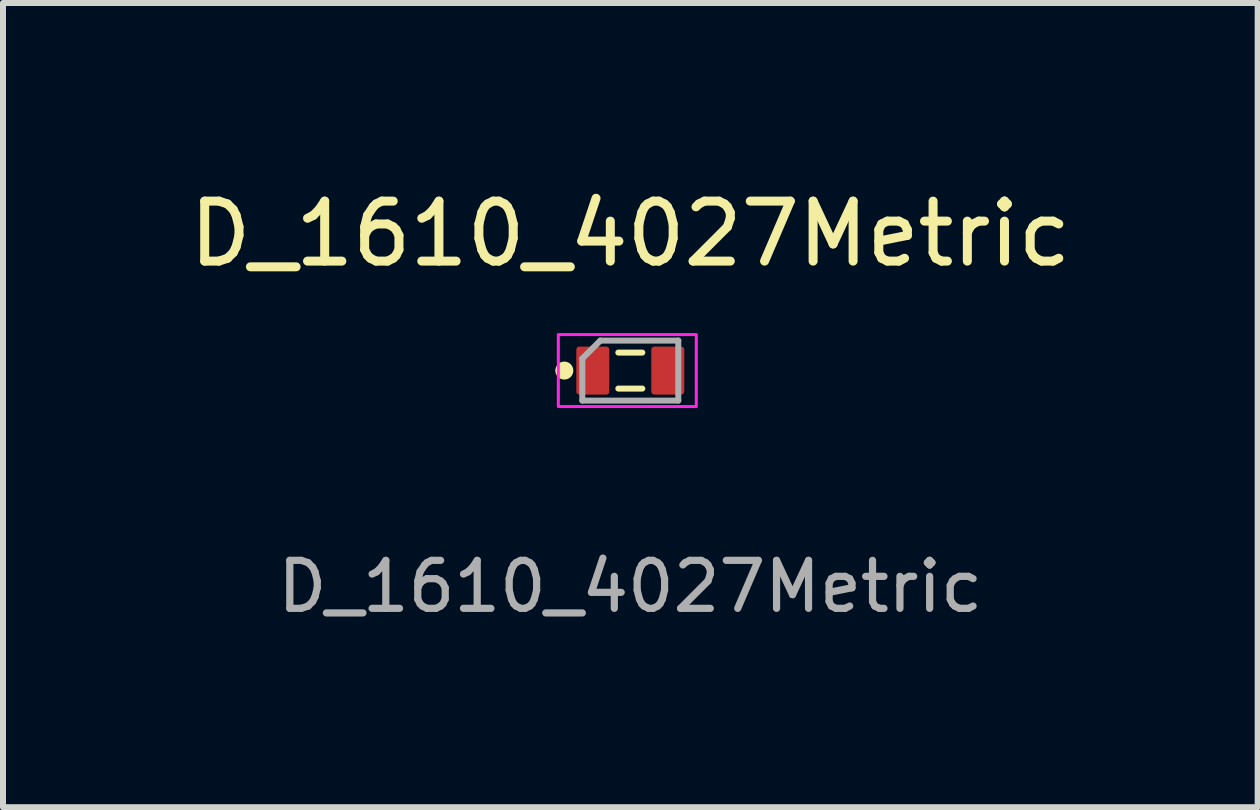
<source format=kicad_pcb>
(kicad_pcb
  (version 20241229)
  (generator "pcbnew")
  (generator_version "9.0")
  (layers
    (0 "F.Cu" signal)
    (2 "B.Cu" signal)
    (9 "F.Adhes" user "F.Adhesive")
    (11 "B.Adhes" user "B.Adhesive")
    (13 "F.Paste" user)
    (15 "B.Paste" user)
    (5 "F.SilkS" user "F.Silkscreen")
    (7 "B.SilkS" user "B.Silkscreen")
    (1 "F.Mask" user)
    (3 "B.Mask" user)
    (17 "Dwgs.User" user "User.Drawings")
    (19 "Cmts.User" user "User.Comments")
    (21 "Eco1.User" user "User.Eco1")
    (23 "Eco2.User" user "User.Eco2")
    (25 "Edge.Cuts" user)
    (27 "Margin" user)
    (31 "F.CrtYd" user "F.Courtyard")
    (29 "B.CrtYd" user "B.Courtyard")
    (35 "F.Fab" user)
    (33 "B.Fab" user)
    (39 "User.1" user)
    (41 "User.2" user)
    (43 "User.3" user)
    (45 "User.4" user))
  (footprint "D_1610_4027Metric"
    (layer "F.Cu")
    (at 7.458 3.128)
    (property "Reference" "D_1610_4027Metric" (at 0 -2.28 0) (layer "F.SilkS") (effects (font (size 1 1) (thickness 0.15))))
    (attr smd)
    (fp_line (start -0.2 -0.3) (end 0.2 -0.3) (stroke (width 0.1) (type default)) (layer "F.SilkS"))
    (fp_line (start -0.2 0.3) (end 0.2 0.3) (stroke (width 0.1) (type default)) (layer "F.SilkS"))
    (fp_circle (center -1.1 0) (end -1.2 0) (stroke (width 0.1) (type default)) (fill yes) (layer "F.SilkS"))
    (fp_rect (start -1.2 -0.6) (end 1.1 0.6) (stroke (width 0.05) (type default)) (fill no) (layer "F.CrtYd"))
    (fp_line (start -0.8 -0.2) (end -0.5 -0.5) (stroke (width 0.1) (type default)) (layer "F.Fab"))
    (fp_line (start -0.8 0.5) (end -0.8 -0.2) (stroke (width 0.1) (type default)) (layer "F.Fab"))
    (fp_line (start -0.5 -0.5) (end 0.8 -0.5) (stroke (width 0.1) (type default)) (layer "F.Fab"))
    (fp_line (start 0.8 -0.5) (end 0.8 0.5) (stroke (width 0.1) (type default)) (layer "F.Fab"))
    (fp_line (start 0.8 0.5) (end -0.8 0.5) (stroke (width 0.1) (type default)) (layer "F.Fab"))
    (fp_text user "${REFERENCE}" (at 0 3.6 0) (layer "F.Fab") (effects (font (size 0.8 0.8) (thickness 0.12))))
    (pad "1" smd roundrect (at -0.625 0) (size 0.55 0.8) (layers "F.Cu" "F.Mask" "F.Paste") (roundrect_rratio 0.091))
    (pad "2" smd roundrect (at 0.625 0) (size 0.55 0.8) (layers "F.Cu" "F.Mask" "F.Paste") (roundrect_rratio 0.091)))
  (gr_rect
    (start -3 -3)
    (end 17.917 10.407)
    (stroke (width 0.1) (type default))
    (fill no)
    (layer "Edge.Cuts")))
</source>
